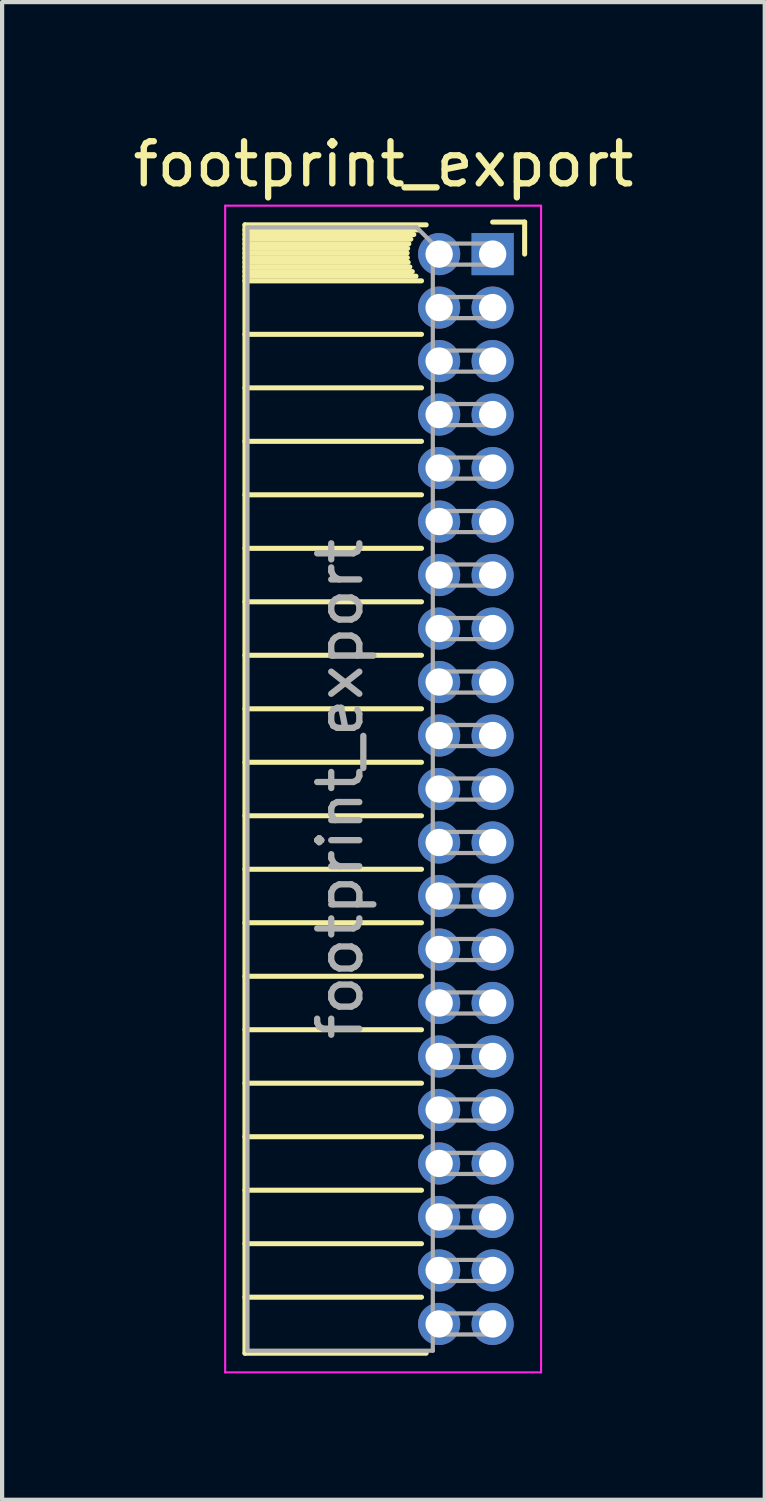
<source format=kicad_pcb>
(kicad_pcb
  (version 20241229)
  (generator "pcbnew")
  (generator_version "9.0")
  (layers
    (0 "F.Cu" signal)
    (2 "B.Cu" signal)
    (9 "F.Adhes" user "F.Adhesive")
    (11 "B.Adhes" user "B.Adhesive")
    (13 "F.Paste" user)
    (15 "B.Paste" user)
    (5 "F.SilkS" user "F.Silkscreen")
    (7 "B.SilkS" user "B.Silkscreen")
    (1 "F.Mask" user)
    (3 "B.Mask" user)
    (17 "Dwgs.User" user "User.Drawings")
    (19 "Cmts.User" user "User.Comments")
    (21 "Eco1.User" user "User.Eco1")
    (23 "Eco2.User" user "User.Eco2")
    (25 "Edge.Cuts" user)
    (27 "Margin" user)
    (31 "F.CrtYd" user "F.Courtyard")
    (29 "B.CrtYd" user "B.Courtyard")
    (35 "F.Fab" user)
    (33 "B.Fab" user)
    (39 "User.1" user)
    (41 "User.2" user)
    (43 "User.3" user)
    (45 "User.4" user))
  (footprint "footprint_export"
    (layer "F.Cu")
    (at 8.646 2.983)
    (property "Reference" "footprint_export" (at -2.592 -2.135 0) (layer "F.SilkS") (effects (font (size 1 1) (thickness 0.15))))
    (attr through_hole)
    (fp_line (start -5.88 -0.695) (end -5.88 26.095) (stroke (width 0.12) (type solid)) (layer "F.SilkS"))
    (fp_line (start -5.88 -0.695) (end -1.578 -0.695) (stroke (width 0.12) (type solid)) (layer "F.SilkS"))
    (fp_line (start -5.88 -0.575) (end -1.767 -0.575) (stroke (width 0.12) (type solid)) (layer "F.SilkS"))
    (fp_line (start -5.88 -0.465) (end -1.871 -0.465) (stroke (width 0.12) (type solid)) (layer "F.SilkS"))
    (fp_line (start -5.88 -0.355) (end -1.942 -0.355) (stroke (width 0.12) (type solid)) (layer "F.SilkS"))
    (fp_line (start -5.88 -0.245) (end -1.989 -0.245) (stroke (width 0.12) (type solid)) (layer "F.SilkS"))
    (fp_line (start -5.88 -0.135) (end -2.018 -0.135) (stroke (width 0.12) (type solid)) (layer "F.SilkS"))
    (fp_line (start -5.88 -0.025) (end -2.03 -0.025) (stroke (width 0.12) (type solid)) (layer "F.SilkS"))
    (fp_line (start -5.88 0.085) (end -2.025 0.085) (stroke (width 0.12) (type solid)) (layer "F.SilkS"))
    (fp_line (start -5.88 0.195) (end -2.005 0.195) (stroke (width 0.12) (type solid)) (layer "F.SilkS"))
    (fp_line (start -5.88 0.305) (end -1.966 0.305) (stroke (width 0.12) (type solid)) (layer "F.SilkS"))
    (fp_line (start -5.88 0.415) (end -1.907 0.415) (stroke (width 0.12) (type solid)) (layer "F.SilkS"))
    (fp_line (start -5.88 0.525) (end -1.82 0.525) (stroke (width 0.12) (type solid)) (layer "F.SilkS"))
    (fp_line (start -5.88 0.635) (end -1.688 0.635) (stroke (width 0.12) (type solid)) (layer "F.SilkS"))
    (fp_line (start -5.88 1.905) (end -1.688 1.905) (stroke (width 0.12) (type solid)) (layer "F.SilkS"))
    (fp_line (start -5.88 3.175) (end -1.688 3.175) (stroke (width 0.12) (type solid)) (layer "F.SilkS"))
    (fp_line (start -5.88 4.445) (end -1.688 4.445) (stroke (width 0.12) (type solid)) (layer "F.SilkS"))
    (fp_line (start -5.88 5.715) (end -1.688 5.715) (stroke (width 0.12) (type solid)) (layer "F.SilkS"))
    (fp_line (start -5.88 6.985) (end -1.688 6.985) (stroke (width 0.12) (type solid)) (layer "F.SilkS"))
    (fp_line (start -5.88 8.255) (end -1.688 8.255) (stroke (width 0.12) (type solid)) (layer "F.SilkS"))
    (fp_line (start -5.88 9.525) (end -1.688 9.525) (stroke (width 0.12) (type solid)) (layer "F.SilkS"))
    (fp_line (start -5.88 10.795) (end -1.688 10.795) (stroke (width 0.12) (type solid)) (layer "F.SilkS"))
    (fp_line (start -5.88 12.065) (end -1.688 12.065) (stroke (width 0.12) (type solid)) (layer "F.SilkS"))
    (fp_line (start -5.88 13.335) (end -1.688 13.335) (stroke (width 0.12) (type solid)) (layer "F.SilkS"))
    (fp_line (start -5.88 14.605) (end -1.688 14.605) (stroke (width 0.12) (type solid)) (layer "F.SilkS"))
    (fp_line (start -5.88 15.875) (end -1.688 15.875) (stroke (width 0.12) (type solid)) (layer "F.SilkS"))
    (fp_line (start -5.88 17.145) (end -1.688 17.145) (stroke (width 0.12) (type solid)) (layer "F.SilkS"))
    (fp_line (start -5.88 18.415) (end -1.688 18.415) (stroke (width 0.12) (type solid)) (layer "F.SilkS"))
    (fp_line (start -5.88 19.685) (end -1.688 19.685) (stroke (width 0.12) (type solid)) (layer "F.SilkS"))
    (fp_line (start -5.88 20.955) (end -1.688 20.955) (stroke (width 0.12) (type solid)) (layer "F.SilkS"))
    (fp_line (start -5.88 22.225) (end -1.688 22.225) (stroke (width 0.12) (type solid)) (layer "F.SilkS"))
    (fp_line (start -5.88 23.495) (end -1.688 23.495) (stroke (width 0.12) (type solid)) (layer "F.SilkS"))
    (fp_line (start -5.88 24.765) (end -1.688 24.765) (stroke (width 0.12) (type solid)) (layer "F.SilkS"))
    (fp_line (start -5.88 26.095) (end -1.578 26.095) (stroke (width 0.12) (type solid)) (layer "F.SilkS"))
    (fp_line (start 0 -0.76) (end 0.76 -0.76) (stroke (width 0.12) (type solid)) (layer "F.SilkS"))
    (fp_line (start 0.76 -0.76) (end 0.76 0) (stroke (width 0.12) (type solid)) (layer "F.SilkS"))
    (fp_line (start -6.35 -1.15) (end -6.35 26.55) (stroke (width 0.05) (type solid)) (layer "F.CrtYd"))
    (fp_line (start -6.35 26.55) (end 1.15 26.55) (stroke (width 0.05) (type solid)) (layer "F.CrtYd"))
    (fp_line (start 1.15 -1.15) (end -6.35 -1.15) (stroke (width 0.05) (type solid)) (layer "F.CrtYd"))
    (fp_line (start 1.15 26.55) (end 1.15 -1.15) (stroke (width 0.05) (type solid)) (layer "F.CrtYd"))
    (fp_line (start -5.82 -0.635) (end -1.805 -0.635) (stroke (width 0.1) (type solid)) (layer "F.Fab"))
    (fp_line (start -5.82 26.035) (end -5.82 -0.635) (stroke (width 0.1) (type solid)) (layer "F.Fab"))
    (fp_line (start -1.805 -0.635) (end -1.42 -0.25) (stroke (width 0.1) (type solid)) (layer "F.Fab"))
    (fp_line (start -1.42 -0.25) (end -1.42 26.035) (stroke (width 0.1) (type solid)) (layer "F.Fab"))
    (fp_line (start -1.42 0.25) (end 0 0.25) (stroke (width 0.1) (type solid)) (layer "F.Fab"))
    (fp_line (start -1.42 1.52) (end 0 1.52) (stroke (width 0.1) (type solid)) (layer "F.Fab"))
    (fp_line (start -1.42 2.79) (end 0 2.79) (stroke (width 0.1) (type solid)) (layer "F.Fab"))
    (fp_line (start -1.42 4.06) (end 0 4.06) (stroke (width 0.1) (type solid)) (layer "F.Fab"))
    (fp_line (start -1.42 5.33) (end 0 5.33) (stroke (width 0.1) (type solid)) (layer "F.Fab"))
    (fp_line (start -1.42 6.6) (end 0 6.6) (stroke (width 0.1) (type solid)) (layer "F.Fab"))
    (fp_line (start -1.42 7.87) (end 0 7.87) (stroke (width 0.1) (type solid)) (layer "F.Fab"))
    (fp_line (start -1.42 9.14) (end 0 9.14) (stroke (width 0.1) (type solid)) (layer "F.Fab"))
    (fp_line (start -1.42 10.41) (end 0 10.41) (stroke (width 0.1) (type solid)) (layer "F.Fab"))
    (fp_line (start -1.42 11.68) (end 0 11.68) (stroke (width 0.1) (type solid)) (layer "F.Fab"))
    (fp_line (start -1.42 12.95) (end 0 12.95) (stroke (width 0.1) (type solid)) (layer "F.Fab"))
    (fp_line (start -1.42 14.22) (end 0 14.22) (stroke (width 0.1) (type solid)) (layer "F.Fab"))
    (fp_line (start -1.42 15.49) (end 0 15.49) (stroke (width 0.1) (type solid)) (layer "F.Fab"))
    (fp_line (start -1.42 16.76) (end 0 16.76) (stroke (width 0.1) (type solid)) (layer "F.Fab"))
    (fp_line (start -1.42 18.03) (end 0 18.03) (stroke (width 0.1) (type solid)) (layer "F.Fab"))
    (fp_line (start -1.42 19.3) (end 0 19.3) (stroke (width 0.1) (type solid)) (layer "F.Fab"))
    (fp_line (start -1.42 20.57) (end 0 20.57) (stroke (width 0.1) (type solid)) (layer "F.Fab"))
    (fp_line (start -1.42 21.84) (end 0 21.84) (stroke (width 0.1) (type solid)) (layer "F.Fab"))
    (fp_line (start -1.42 23.11) (end 0 23.11) (stroke (width 0.1) (type solid)) (layer "F.Fab"))
    (fp_line (start -1.42 24.38) (end 0 24.38) (stroke (width 0.1) (type solid)) (layer "F.Fab"))
    (fp_line (start -1.42 25.65) (end 0 25.65) (stroke (width 0.1) (type solid)) (layer "F.Fab"))
    (fp_line (start -1.42 26.035) (end -5.82 26.035) (stroke (width 0.1) (type solid)) (layer "F.Fab"))
    (fp_line (start 0 -0.25) (end -1.42 -0.25) (stroke (width 0.1) (type solid)) (layer "F.Fab"))
    (fp_line (start 0 0.25) (end 0 -0.25) (stroke (width 0.1) (type solid)) (layer "F.Fab"))
    (fp_line (start 0 1.02) (end -1.42 1.02) (stroke (width 0.1) (type solid)) (layer "F.Fab"))
    (fp_line (start 0 1.52) (end 0 1.02) (stroke (width 0.1) (type solid)) (layer "F.Fab"))
    (fp_line (start 0 2.29) (end -1.42 2.29) (stroke (width 0.1) (type solid)) (layer "F.Fab"))
    (fp_line (start 0 2.79) (end 0 2.29) (stroke (width 0.1) (type solid)) (layer "F.Fab"))
    (fp_line (start 0 3.56) (end -1.42 3.56) (stroke (width 0.1) (type solid)) (layer "F.Fab"))
    (fp_line (start 0 4.06) (end 0 3.56) (stroke (width 0.1) (type solid)) (layer "F.Fab"))
    (fp_line (start 0 4.83) (end -1.42 4.83) (stroke (width 0.1) (type solid)) (layer "F.Fab"))
    (fp_line (start 0 5.33) (end 0 4.83) (stroke (width 0.1) (type solid)) (layer "F.Fab"))
    (fp_line (start 0 6.1) (end -1.42 6.1) (stroke (width 0.1) (type solid)) (layer "F.Fab"))
    (fp_line (start 0 6.6) (end 0 6.1) (stroke (width 0.1) (type solid)) (layer "F.Fab"))
    (fp_line (start 0 7.37) (end -1.42 7.37) (stroke (width 0.1) (type solid)) (layer "F.Fab"))
    (fp_line (start 0 7.87) (end 0 7.37) (stroke (width 0.1) (type solid)) (layer "F.Fab"))
    (fp_line (start 0 8.64) (end -1.42 8.64) (stroke (width 0.1) (type solid)) (layer "F.Fab"))
    (fp_line (start 0 9.14) (end 0 8.64) (stroke (width 0.1) (type solid)) (layer "F.Fab"))
    (fp_line (start 0 9.91) (end -1.42 9.91) (stroke (width 0.1) (type solid)) (layer "F.Fab"))
    (fp_line (start 0 10.41) (end 0 9.91) (stroke (width 0.1) (type solid)) (layer "F.Fab"))
    (fp_line (start 0 11.18) (end -1.42 11.18) (stroke (width 0.1) (type solid)) (layer "F.Fab"))
    (fp_line (start 0 11.68) (end 0 11.18) (stroke (width 0.1) (type solid)) (layer "F.Fab"))
    (fp_line (start 0 12.45) (end -1.42 12.45) (stroke (width 0.1) (type solid)) (layer "F.Fab"))
    (fp_line (start 0 12.95) (end 0 12.45) (stroke (width 0.1) (type solid)) (layer "F.Fab"))
    (fp_line (start 0 13.72) (end -1.42 13.72) (stroke (width 0.1) (type solid)) (layer "F.Fab"))
    (fp_line (start 0 14.22) (end 0 13.72) (stroke (width 0.1) (type solid)) (layer "F.Fab"))
    (fp_line (start 0 14.99) (end -1.42 14.99) (stroke (width 0.1) (type solid)) (layer "F.Fab"))
    (fp_line (start 0 15.49) (end 0 14.99) (stroke (width 0.1) (type solid)) (layer "F.Fab"))
    (fp_line (start 0 16.26) (end -1.42 16.26) (stroke (width 0.1) (type solid)) (layer "F.Fab"))
    (fp_line (start 0 16.76) (end 0 16.26) (stroke (width 0.1) (type solid)) (layer "F.Fab"))
    (fp_line (start 0 17.53) (end -1.42 17.53) (stroke (width 0.1) (type solid)) (layer "F.Fab"))
    (fp_line (start 0 18.03) (end 0 17.53) (stroke (width 0.1) (type solid)) (layer "F.Fab"))
    (fp_line (start 0 18.8) (end -1.42 18.8) (stroke (width 0.1) (type solid)) (layer "F.Fab"))
    (fp_line (start 0 19.3) (end 0 18.8) (stroke (width 0.1) (type solid)) (layer "F.Fab"))
    (fp_line (start 0 20.07) (end -1.42 20.07) (stroke (width 0.1) (type solid)) (layer "F.Fab"))
    (fp_line (start 0 20.57) (end 0 20.07) (stroke (width 0.1) (type solid)) (layer "F.Fab"))
    (fp_line (start 0 21.34) (end -1.42 21.34) (stroke (width 0.1) (type solid)) (layer "F.Fab"))
    (fp_line (start 0 21.84) (end 0 21.34) (stroke (width 0.1) (type solid)) (layer "F.Fab"))
    (fp_line (start 0 22.61) (end -1.42 22.61) (stroke (width 0.1) (type solid)) (layer "F.Fab"))
    (fp_line (start 0 23.11) (end 0 22.61) (stroke (width 0.1) (type solid)) (layer "F.Fab"))
    (fp_line (start 0 23.88) (end -1.42 23.88) (stroke (width 0.1) (type solid)) (layer "F.Fab"))
    (fp_line (start 0 24.38) (end 0 23.88) (stroke (width 0.1) (type solid)) (layer "F.Fab"))
    (fp_line (start 0 25.15) (end -1.42 25.15) (stroke (width 0.1) (type solid)) (layer "F.Fab"))
    (fp_line (start 0 25.65) (end 0 25.15) (stroke (width 0.1) (type solid)) (layer "F.Fab"))
    (fp_text user "${REFERENCE}" (at -3.62 12.7 90) (layer "F.Fab") (effects (font (size 1 1) (thickness 0.15))))
    (pad "1" thru_hole rect (at 0 0) (size 1 1) (drill 0.65) (layers "*.Cu" "*.Mask"))
    (pad "2" thru_hole oval (at -1.27 0) (size 1 1) (drill 0.65) (layers "*.Cu" "*.Mask"))
    (pad "3" thru_hole oval (at 0 1.27) (size 1 1) (drill 0.65) (layers "*.Cu" "*.Mask"))
    (pad "4" thru_hole oval (at -1.27 1.27) (size 1 1) (drill 0.65) (layers "*.Cu" "*.Mask"))
    (pad "5" thru_hole oval (at 0 2.54) (size 1 1) (drill 0.65) (layers "*.Cu" "*.Mask"))
    (pad "6" thru_hole oval (at -1.27 2.54) (size 1 1) (drill 0.65) (layers "*.Cu" "*.Mask"))
    (pad "7" thru_hole oval (at 0 3.81) (size 1 1) (drill 0.65) (layers "*.Cu" "*.Mask"))
    (pad "8" thru_hole oval (at -1.27 3.81) (size 1 1) (drill 0.65) (layers "*.Cu" "*.Mask"))
    (pad "9" thru_hole oval (at 0 5.08) (size 1 1) (drill 0.65) (layers "*.Cu" "*.Mask"))
    (pad "10" thru_hole oval (at -1.27 5.08) (size 1 1) (drill 0.65) (layers "*.Cu" "*.Mask"))
    (pad "11" thru_hole oval (at 0 6.35) (size 1 1) (drill 0.65) (layers "*.Cu" "*.Mask"))
    (pad "12" thru_hole oval (at -1.27 6.35) (size 1 1) (drill 0.65) (layers "*.Cu" "*.Mask"))
    (pad "13" thru_hole oval (at 0 7.62) (size 1 1) (drill 0.65) (layers "*.Cu" "*.Mask"))
    (pad "14" thru_hole oval (at -1.27 7.62) (size 1 1) (drill 0.65) (layers "*.Cu" "*.Mask"))
    (pad "15" thru_hole oval (at 0 8.89) (size 1 1) (drill 0.65) (layers "*.Cu" "*.Mask"))
    (pad "16" thru_hole oval (at -1.27 8.89) (size 1 1) (drill 0.65) (layers "*.Cu" "*.Mask"))
    (pad "17" thru_hole oval (at 0 10.16) (size 1 1) (drill 0.65) (layers "*.Cu" "*.Mask"))
    (pad "18" thru_hole oval (at -1.27 10.16) (size 1 1) (drill 0.65) (layers "*.Cu" "*.Mask"))
    (pad "19" thru_hole oval (at 0 11.43) (size 1 1) (drill 0.65) (layers "*.Cu" "*.Mask"))
    (pad "20" thru_hole oval (at -1.27 11.43) (size 1 1) (drill 0.65) (layers "*.Cu" "*.Mask"))
    (pad "21" thru_hole oval (at 0 12.7) (size 1 1) (drill 0.65) (layers "*.Cu" "*.Mask"))
    (pad "22" thru_hole oval (at -1.27 12.7) (size 1 1) (drill 0.65) (layers "*.Cu" "*.Mask"))
    (pad "23" thru_hole oval (at 0 13.97) (size 1 1) (drill 0.65) (layers "*.Cu" "*.Mask"))
    (pad "24" thru_hole oval (at -1.27 13.97) (size 1 1) (drill 0.65) (layers "*.Cu" "*.Mask"))
    (pad "25" thru_hole oval (at 0 15.24) (size 1 1) (drill 0.65) (layers "*.Cu" "*.Mask"))
    (pad "26" thru_hole oval (at -1.27 15.24) (size 1 1) (drill 0.65) (layers "*.Cu" "*.Mask"))
    (pad "27" thru_hole oval (at 0 16.51) (size 1 1) (drill 0.65) (layers "*.Cu" "*.Mask"))
    (pad "28" thru_hole oval (at -1.27 16.51) (size 1 1) (drill 0.65) (layers "*.Cu" "*.Mask"))
    (pad "29" thru_hole oval (at 0 17.78) (size 1 1) (drill 0.65) (layers "*.Cu" "*.Mask"))
    (pad "30" thru_hole oval (at -1.27 17.78) (size 1 1) (drill 0.65) (layers "*.Cu" "*.Mask"))
    (pad "31" thru_hole oval (at 0 19.05) (size 1 1) (drill 0.65) (layers "*.Cu" "*.Mask"))
    (pad "32" thru_hole oval (at -1.27 19.05) (size 1 1) (drill 0.65) (layers "*.Cu" "*.Mask"))
    (pad "33" thru_hole oval (at 0 20.32) (size 1 1) (drill 0.65) (layers "*.Cu" "*.Mask"))
    (pad "34" thru_hole oval (at -1.27 20.32) (size 1 1) (drill 0.65) (layers "*.Cu" "*.Mask"))
    (pad "35" thru_hole oval (at 0 21.59) (size 1 1) (drill 0.65) (layers "*.Cu" "*.Mask"))
    (pad "36" thru_hole oval (at -1.27 21.59) (size 1 1) (drill 0.65) (layers "*.Cu" "*.Mask"))
    (pad "37" thru_hole oval (at 0 22.86) (size 1 1) (drill 0.65) (layers "*.Cu" "*.Mask"))
    (pad "38" thru_hole oval (at -1.27 22.86) (size 1 1) (drill 0.65) (layers "*.Cu" "*.Mask"))
    (pad "39" thru_hole oval (at 0 24.13) (size 1 1) (drill 0.65) (layers "*.Cu" "*.Mask"))
    (pad "40" thru_hole oval (at -1.27 24.13) (size 1 1) (drill 0.65) (layers "*.Cu" "*.Mask"))
    (pad "41" thru_hole oval (at 0 25.4) (size 1 1) (drill 0.65) (layers "*.Cu" "*.Mask"))
    (pad "42" thru_hole oval (at -1.27 25.4) (size 1 1) (drill 0.65) (layers "*.Cu" "*.Mask")))
  (gr_rect
    (start -3 -3)
    (end 15.107 32.558)
    (stroke (width 0.1) (type default))
    (fill no)
    (layer "Edge.Cuts")))
</source>
